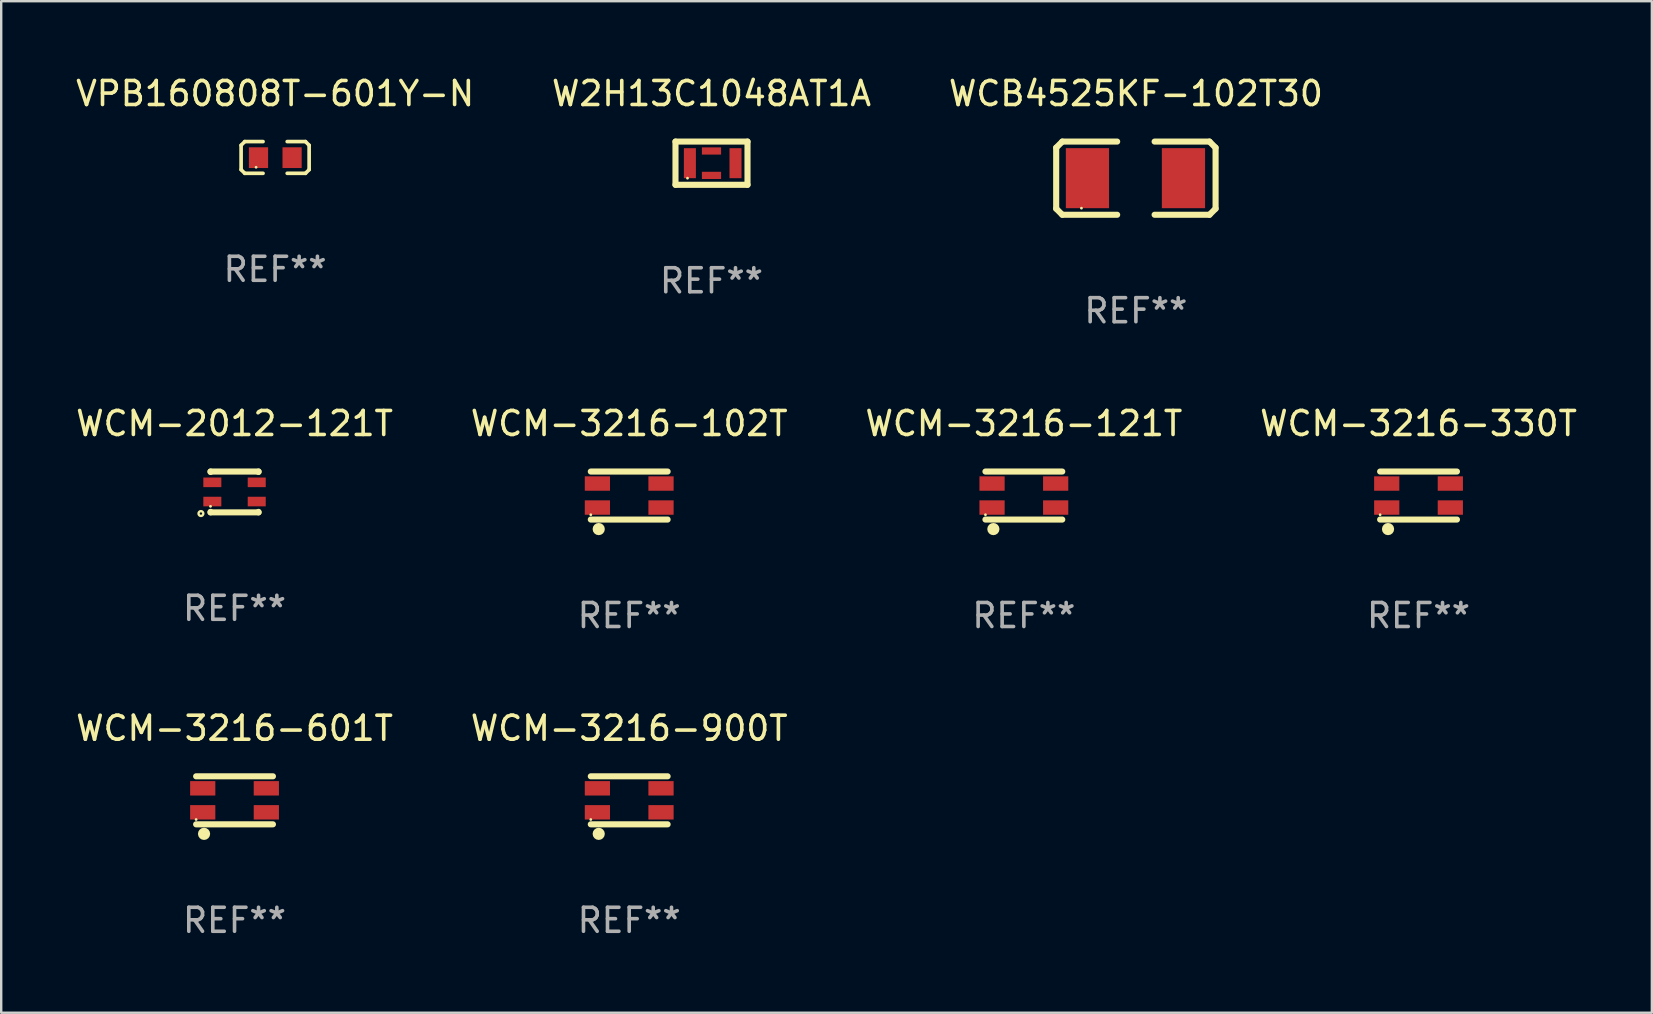
<source format=kicad_pcb>
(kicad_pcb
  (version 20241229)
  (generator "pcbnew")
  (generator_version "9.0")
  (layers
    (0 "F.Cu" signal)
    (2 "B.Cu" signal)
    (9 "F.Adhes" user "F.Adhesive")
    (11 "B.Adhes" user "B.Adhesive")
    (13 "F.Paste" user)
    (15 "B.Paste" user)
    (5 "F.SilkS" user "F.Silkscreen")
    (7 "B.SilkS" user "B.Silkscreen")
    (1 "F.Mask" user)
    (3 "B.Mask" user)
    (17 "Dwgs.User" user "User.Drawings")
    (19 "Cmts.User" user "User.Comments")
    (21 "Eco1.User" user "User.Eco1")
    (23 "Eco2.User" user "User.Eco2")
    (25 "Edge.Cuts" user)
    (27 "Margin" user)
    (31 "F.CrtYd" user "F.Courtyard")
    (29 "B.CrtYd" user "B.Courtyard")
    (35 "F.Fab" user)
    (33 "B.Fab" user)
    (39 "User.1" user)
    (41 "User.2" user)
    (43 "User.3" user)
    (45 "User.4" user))
  (footprint "WCM-3216-102T"
    (layer "F.Cu")
    (at 23.161 17.593)
    (property "Reference" "WCM-3216-102T" (at 0 -3 0) (layer "F.SilkS") (effects (font (size 1 1) (thickness 0.15))))
    (attr through_hole)
    (fp_line (start -1.6 1) (end 1.6 1) (stroke (width 0.254) (type solid)) (layer "F.SilkS"))
    (fp_line (start 1.6 -1) (end -1.6 -1) (stroke (width 0.254) (type solid)) (layer "F.SilkS"))
    (fp_circle (center -1.6 0.8) (end -1.57 0.8) (stroke (width 0.06) (type solid)) (fill no) (layer "F.SilkS"))
    (fp_circle (center -1.27 1.397) (end -1.143 1.397) (stroke (width 0.254) (type solid)) (fill no) (layer "F.SilkS"))
    (fp_text user "REF**" (at 0 5 0) (layer "F.Fab") (effects (font (size 1 1) (thickness 0.15))))
    (pad "1" smd rect (at -1.325 0.5 180) (size 1.05 0.6) (layers "F.Cu" "F.Mask" "F.Paste"))
    (pad "2" smd rect (at -1.325 -0.5 180) (size 1.05 0.6) (layers "F.Cu" "F.Mask" "F.Paste"))
    (pad "3" smd rect (at 1.325 -0.5 180) (size 1.05 0.6) (layers "F.Cu" "F.Mask" "F.Paste"))
    (pad "4" smd rect (at 1.325 0.5 180) (size 1.05 0.6) (layers "F.Cu" "F.Mask" "F.Paste")))
  (footprint "WCB4525KF-102T30"
    (layer "F.Cu")
    (at 44.268 4.372)
    (property "Reference" "WCB4525KF-102T30" (at 0 -3.524 0) (layer "F.SilkS") (effects (font (size 1 1) (thickness 0.15))))
    (attr through_hole)
    (fp_line (start -3.32 -1.27) (end -3.32 1.27) (stroke (width 0.254) (type solid)) (layer "F.SilkS"))
    (fp_line (start -3.32 1.27) (end -3.066 1.524) (stroke (width 0.254) (type solid)) (layer "F.SilkS"))
    (fp_line (start -3.066 -1.524) (end -3.32 -1.27) (stroke (width 0.254) (type solid)) (layer "F.SilkS"))
    (fp_line (start -3.066 1.524) (end -0.78 1.524) (stroke (width 0.254) (type solid)) (layer "F.SilkS"))
    (fp_line (start -0.78 -1.524) (end -3.066 -1.524) (stroke (width 0.254) (type solid)) (layer "F.SilkS"))
    (fp_line (start 0.78 1.524) (end 3.066 1.524) (stroke (width 0.254) (type solid)) (layer "F.SilkS"))
    (fp_line (start 3.066 -1.524) (end 0.78 -1.524) (stroke (width 0.254) (type solid)) (layer "F.SilkS"))
    (fp_line (start 3.066 1.524) (end 3.32 1.27) (stroke (width 0.254) (type solid)) (layer "F.SilkS"))
    (fp_line (start 3.32 -1.27) (end 3.066 -1.524) (stroke (width 0.254) (type solid)) (layer "F.SilkS"))
    (fp_line (start 3.32 1.27) (end 3.32 -1.27) (stroke (width 0.254) (type solid)) (layer "F.SilkS"))
    (fp_circle (center -2.268 1.25) (end -2.238 1.25) (stroke (width 0.06) (type solid)) (fill no) (layer "F.SilkS"))
    (fp_text user "REF**" (at 0 5.524 0) (layer "F.Fab") (effects (font (size 1 1) (thickness 0.15))))
    (pad "1" smd rect (at -2.018 0) (size 1.8 2.5) (layers "F.Cu" "F.Mask" "F.Paste"))
    (pad "2" smd rect (at 1.982 0) (size 1.8 2.5) (layers "F.Cu" "F.Mask" "F.Paste")))
  (footprint "VPB160808T-601Y-N"
    (layer "F.Cu")
    (at 8.411 3.509)
    (property "Reference" "VPB160808T-601Y-N" (at 0 -2.661 0) (layer "F.SilkS") (effects (font (size 1 1) (thickness 0.15))))
    (attr through_hole)
    (fp_line (start -1.417 -0.508) (end -1.265 -0.661) (stroke (width 0.152) (type solid)) (layer "F.SilkS"))
    (fp_line (start -1.417 0.508) (end -1.417 -0.508) (stroke (width 0.152) (type solid)) (layer "F.SilkS"))
    (fp_line (start -1.265 -0.661) (end -0.503 -0.661) (stroke (width 0.152) (type solid)) (layer "F.SilkS"))
    (fp_line (start -1.265 0.661) (end -1.417 0.508) (stroke (width 0.152) (type solid)) (layer "F.SilkS"))
    (fp_line (start -1.265 0.661) (end -0.503 0.661) (stroke (width 0.152) (type solid)) (layer "F.SilkS"))
    (fp_line (start 1.265 -0.661) (end 0.503 -0.661) (stroke (width 0.152) (type solid)) (layer "F.SilkS"))
    (fp_line (start 1.265 -0.661) (end 1.417 -0.508) (stroke (width 0.152) (type solid)) (layer "F.SilkS"))
    (fp_line (start 1.265 0.661) (end 0.503 0.661) (stroke (width 0.152) (type solid)) (layer "F.SilkS"))
    (fp_line (start 1.417 -0.508) (end 1.417 0.508) (stroke (width 0.152) (type solid)) (layer "F.SilkS"))
    (fp_line (start 1.417 0.508) (end 1.265 0.661) (stroke (width 0.152) (type solid)) (layer "F.SilkS"))
    (fp_circle (center -0.793 0.409) (end -0.763 0.409) (stroke (width 0.06) (type solid)) (fill no) (layer "F.SilkS"))
    (fp_text user "REF**" (at 0 4.661 0) (layer "F.Fab") (effects (font (size 1 1) (thickness 0.15))))
    (pad "1" smd rect (at -0.693 0.009 180) (size 0.8 0.864) (layers "F.Cu" "F.Mask" "F.Paste"))
    (pad "2" smd rect (at 0.707 0.009 180) (size 0.8 0.864) (layers "F.Cu" "F.Mask" "F.Paste")))
  (footprint "WCM-3216-330T"
    (layer "F.Cu")
    (at 56.042 17.593)
    (property "Reference" "WCM-3216-330T" (at 0 -3 0) (layer "F.SilkS") (effects (font (size 1 1) (thickness 0.15))))
    (attr through_hole)
    (fp_line (start -1.6 1) (end 1.6 1) (stroke (width 0.254) (type solid)) (layer "F.SilkS"))
    (fp_line (start 1.6 -1) (end -1.6 -1) (stroke (width 0.254) (type solid)) (layer "F.SilkS"))
    (fp_circle (center -1.6 0.8) (end -1.57 0.8) (stroke (width 0.06) (type solid)) (fill no) (layer "F.SilkS"))
    (fp_circle (center -1.27 1.397) (end -1.143 1.397) (stroke (width 0.254) (type solid)) (fill no) (layer "F.SilkS"))
    (fp_text user "REF**" (at 0 5 0) (layer "F.Fab") (effects (font (size 1 1) (thickness 0.15))))
    (pad "1" smd rect (at -1.325 0.5 180) (size 1.05 0.6) (layers "F.Cu" "F.Mask" "F.Paste"))
    (pad "2" smd rect (at -1.325 -0.5 180) (size 1.05 0.6) (layers "F.Cu" "F.Mask" "F.Paste"))
    (pad "3" smd rect (at 1.325 -0.5 180) (size 1.05 0.6) (layers "F.Cu" "F.Mask" "F.Paste"))
    (pad "4" smd rect (at 1.325 0.5 180) (size 1.05 0.6) (layers "F.Cu" "F.Mask" "F.Paste")))
  (footprint "WCM-3216-900T"
    (layer "F.Cu")
    (at 23.161 30.289)
    (property "Reference" "WCM-3216-900T" (at 0 -3 0) (layer "F.SilkS") (effects (font (size 1 1) (thickness 0.15))))
    (attr through_hole)
    (fp_line (start -1.6 1) (end 1.6 1) (stroke (width 0.254) (type solid)) (layer "F.SilkS"))
    (fp_line (start 1.6 -1) (end -1.6 -1) (stroke (width 0.254) (type solid)) (layer "F.SilkS"))
    (fp_circle (center -1.6 0.8) (end -1.57 0.8) (stroke (width 0.06) (type solid)) (fill no) (layer "F.SilkS"))
    (fp_circle (center -1.27 1.397) (end -1.143 1.397) (stroke (width 0.254) (type solid)) (fill no) (layer "F.SilkS"))
    (fp_text user "REF**" (at 0 5 0) (layer "F.Fab") (effects (font (size 1 1) (thickness 0.15))))
    (pad "1" smd rect (at -1.325 0.5 180) (size 1.05 0.6) (layers "F.Cu" "F.Mask" "F.Paste"))
    (pad "2" smd rect (at -1.325 -0.5 180) (size 1.05 0.6) (layers "F.Cu" "F.Mask" "F.Paste"))
    (pad "3" smd rect (at 1.325 -0.5 180) (size 1.05 0.6) (layers "F.Cu" "F.Mask" "F.Paste"))
    (pad "4" smd rect (at 1.325 0.5 180) (size 1.05 0.6) (layers "F.Cu" "F.Mask" "F.Paste")))
  (footprint "WCM-3216-121T"
    (layer "F.Cu")
    (at 39.601 17.593)
    (property "Reference" "WCM-3216-121T" (at 0 -3 0) (layer "F.SilkS") (effects (font (size 1 1) (thickness 0.15))))
    (attr through_hole)
    (fp_line (start -1.6 1) (end 1.6 1) (stroke (width 0.254) (type solid)) (layer "F.SilkS"))
    (fp_line (start 1.6 -1) (end -1.6 -1) (stroke (width 0.254) (type solid)) (layer "F.SilkS"))
    (fp_circle (center -1.6 0.8) (end -1.57 0.8) (stroke (width 0.06) (type solid)) (fill no) (layer "F.SilkS"))
    (fp_circle (center -1.27 1.397) (end -1.143 1.397) (stroke (width 0.254) (type solid)) (fill no) (layer "F.SilkS"))
    (fp_text user "REF**" (at 0 5 0) (layer "F.Fab") (effects (font (size 1 1) (thickness 0.15))))
    (pad "1" smd rect (at -1.325 0.5 180) (size 1.05 0.6) (layers "F.Cu" "F.Mask" "F.Paste"))
    (pad "2" smd rect (at -1.325 -0.5 180) (size 1.05 0.6) (layers "F.Cu" "F.Mask" "F.Paste"))
    (pad "3" smd rect (at 1.325 -0.5 180) (size 1.05 0.6) (layers "F.Cu" "F.Mask" "F.Paste"))
    (pad "4" smd rect (at 1.325 0.5 180) (size 1.05 0.6) (layers "F.Cu" "F.Mask" "F.Paste")))
  (footprint "W2H13C1048AT1A"
    (layer "F.Cu")
    (at 26.589 3.748)
    (property "Reference" "W2H13C1048AT1A" (at 0 -2.9 0) (layer "F.SilkS") (effects (font (size 1 1) (thickness 0.15))))
    (attr through_hole)
    (fp_line (start -1.5 -0.9) (end 1.5 -0.9) (stroke (width 0.254) (type solid)) (layer "F.SilkS"))
    (fp_line (start -1.5 0.9) (end -1.5 -0.9) (stroke (width 0.254) (type solid)) (layer "F.SilkS"))
    (fp_line (start 1.5 -0.9) (end 1.5 0.9) (stroke (width 0.254) (type solid)) (layer "F.SilkS"))
    (fp_line (start 1.5 0.9) (end -1.5 0.9) (stroke (width 0.254) (type solid)) (layer "F.SilkS"))
    (fp_circle (center -1 0.625) (end -0.97 0.625) (stroke (width 0.06) (type solid)) (fill no) (layer "F.SilkS"))
    (fp_text user "REF**" (at 0 4.9 0) (layer "F.Fab") (effects (font (size 1 1) (thickness 0.15))))
    (pad "1" smd rect (at -0.9 0 90) (size 1.25 0.5) (layers "F.Cu" "F.Mask" "F.Paste"))
    (pad "2" smd rect (at 0 -0.508 180) (size 0.8 0.3) (layers "F.Cu" "F.Mask" "F.Paste"))
    (pad "2" smd rect (at 0 0.508 180) (size 0.8 0.3) (layers "F.Cu" "F.Mask" "F.Paste"))
    (pad "3" smd rect (at 1 0 90) (size 1.25 0.5) (layers "F.Cu" "F.Mask" "F.Paste")))
  (footprint "WCM-2012-121T"
    (layer "F.Cu")
    (at 6.72 17.443)
    (property "Reference" "WCM-2012-121T" (at 0 -2.85 0) (layer "F.SilkS") (effects (font (size 1 1) (thickness 0.15))))
    (attr through_hole)
    (fp_line (start -1 -0.85) (end -1 -0.831) (stroke (width 0.254) (type solid)) (layer "F.SilkS"))
    (fp_line (start -1 -0.85) (end 1 -0.85) (stroke (width 0.254) (type solid)) (layer "F.SilkS"))
    (fp_line (start -1 0.831) (end -1 0.85) (stroke (width 0.254) (type solid)) (layer "F.SilkS"))
    (fp_line (start -1 0.85) (end 1 0.85) (stroke (width 0.254) (type solid)) (layer "F.SilkS"))
    (fp_line (start 1 -0.85) (end 1 -0.831) (stroke (width 0.254) (type solid)) (layer "F.SilkS"))
    (fp_line (start 1 0.831) (end 1 0.85) (stroke (width 0.254) (type solid)) (layer "F.SilkS"))
    (fp_circle (center -1.4 0.9) (end -1.3 0.9) (stroke (width 0.1) (type solid)) (fill no) (layer "F.SilkS"))
    (fp_circle (center -1 0.6) (end -0.97 0.6) (stroke (width 0.06) (type solid)) (fill no) (layer "F.SilkS"))
    (fp_text user "REF**" (at 0 4.85 0) (layer "F.Fab") (effects (font (size 1 1) (thickness 0.15))))
    (pad "1" smd rect (at -0.925 0.4) (size 0.75 0.4) (layers "F.Cu" "F.Mask" "F.Paste"))
    (pad "2" smd rect (at -0.925 -0.4) (size 0.75 0.4) (layers "F.Cu" "F.Mask" "F.Paste"))
    (pad "3" smd rect (at 0.925 -0.4) (size 0.75 0.4) (layers "F.Cu" "F.Mask" "F.Paste"))
    (pad "4" smd rect (at 0.925 0.4) (size 0.75 0.4) (layers "F.Cu" "F.Mask" "F.Paste")))
  (footprint "WCM-3216-601T"
    (layer "F.Cu")
    (at 6.72 30.289)
    (property "Reference" "WCM-3216-601T" (at 0 -3 0) (layer "F.SilkS") (effects (font (size 1 1) (thickness 0.15))))
    (attr through_hole)
    (fp_line (start -1.6 1) (end 1.6 1) (stroke (width 0.254) (type solid)) (layer "F.SilkS"))
    (fp_line (start 1.6 -1) (end -1.6 -1) (stroke (width 0.254) (type solid)) (layer "F.SilkS"))
    (fp_circle (center -1.6 0.8) (end -1.57 0.8) (stroke (width 0.06) (type solid)) (fill no) (layer "F.SilkS"))
    (fp_circle (center -1.27 1.397) (end -1.143 1.397) (stroke (width 0.254) (type solid)) (fill no) (layer "F.SilkS"))
    (fp_text user "REF**" (at 0 5 0) (layer "F.Fab") (effects (font (size 1 1) (thickness 0.15))))
    (pad "1" smd rect (at -1.325 0.5 180) (size 1.05 0.6) (layers "F.Cu" "F.Mask" "F.Paste"))
    (pad "2" smd rect (at -1.325 -0.5 180) (size 1.05 0.6) (layers "F.Cu" "F.Mask" "F.Paste"))
    (pad "3" smd rect (at 1.325 -0.5 180) (size 1.05 0.6) (layers "F.Cu" "F.Mask" "F.Paste"))
    (pad "4" smd rect (at 1.325 0.5 180) (size 1.05 0.6) (layers "F.Cu" "F.Mask" "F.Paste")))
  (gr_rect
    (start -3 -3)
    (end 65.762 39.138)
    (stroke (width 0.1) (type default))
    (fill no)
    (layer "Edge.Cuts")))
</source>
